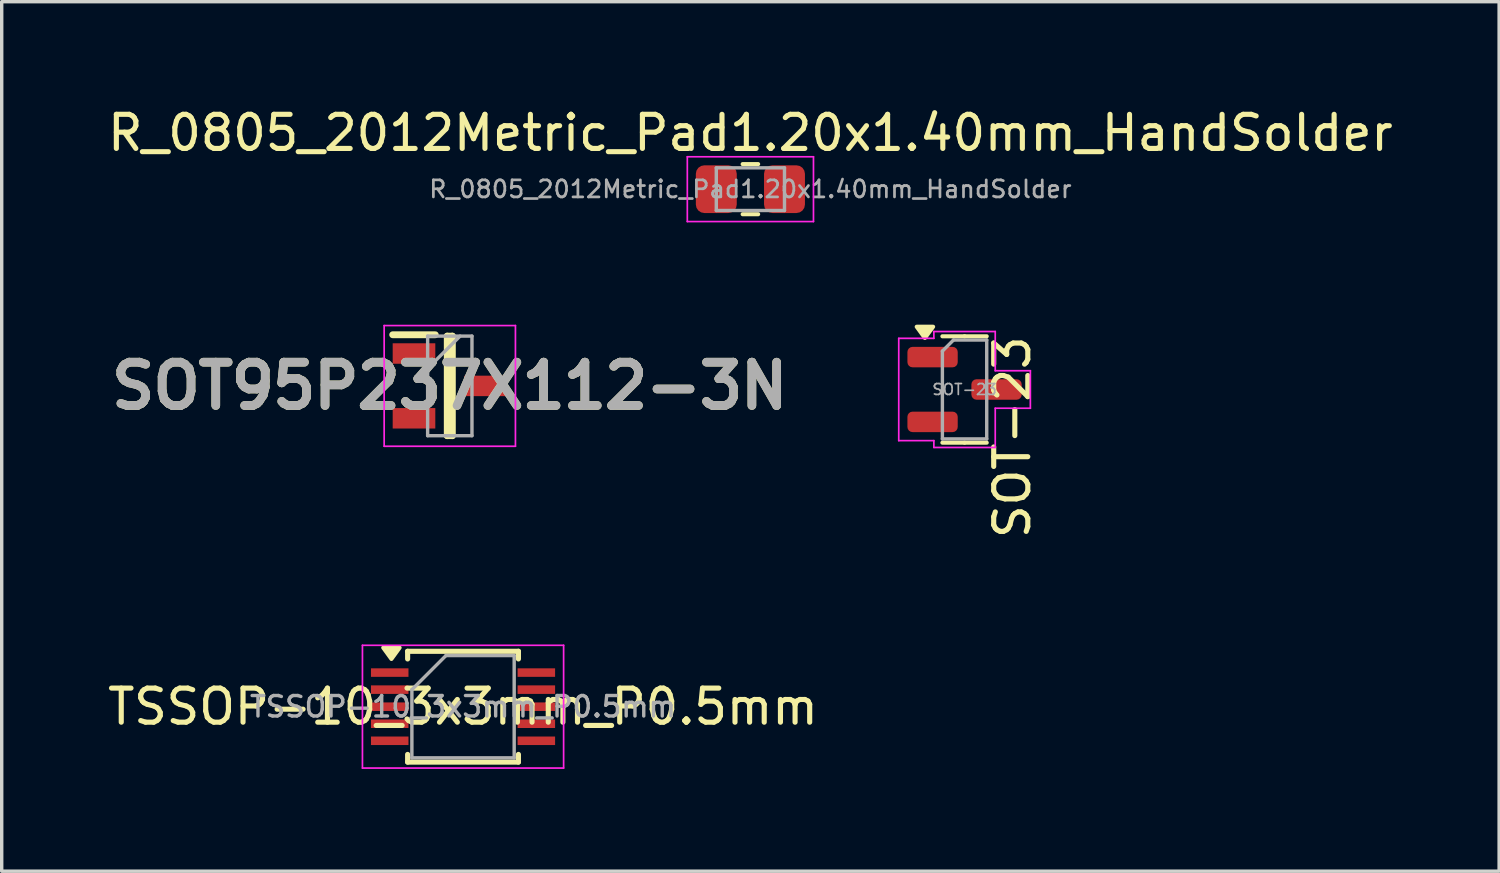
<source format=kicad_pcb>
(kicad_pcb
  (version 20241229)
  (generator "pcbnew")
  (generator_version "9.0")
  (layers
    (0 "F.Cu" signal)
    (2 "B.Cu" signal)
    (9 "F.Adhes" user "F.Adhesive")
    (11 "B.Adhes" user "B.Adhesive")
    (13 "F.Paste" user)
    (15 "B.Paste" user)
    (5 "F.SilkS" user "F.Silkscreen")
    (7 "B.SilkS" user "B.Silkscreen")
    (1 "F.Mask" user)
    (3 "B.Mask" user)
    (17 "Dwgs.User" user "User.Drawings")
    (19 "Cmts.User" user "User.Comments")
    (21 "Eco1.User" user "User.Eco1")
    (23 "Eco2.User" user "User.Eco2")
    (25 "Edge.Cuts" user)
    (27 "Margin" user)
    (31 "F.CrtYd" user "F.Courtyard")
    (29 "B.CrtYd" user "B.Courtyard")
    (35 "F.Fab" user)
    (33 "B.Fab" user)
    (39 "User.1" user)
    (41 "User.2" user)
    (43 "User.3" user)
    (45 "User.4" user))
  (footprint "R_0805_2012Metric_Pad1.20x1.40mm_HandSolder"
    (layer "F.Cu")
    (at 18.958 2.498)
    (property "Reference" "R_0805_2012Metric_Pad1.20x1.40mm_HandSolder" (at 0 -1.65 0) (layer "F.SilkS") (effects (font (size 1 1) (thickness 0.15))))
    (attr smd)
    (fp_line (start -0.227 -0.735) (end 0.227 -0.735) (stroke (width 0.12) (type solid)) (layer "F.SilkS"))
    (fp_line (start -0.227 0.735) (end 0.227 0.735) (stroke (width 0.12) (type solid)) (layer "F.SilkS"))
    (fp_line (start -1.85 -0.95) (end 1.85 -0.95) (stroke (width 0.05) (type solid)) (layer "F.CrtYd"))
    (fp_line (start -1.85 0.95) (end -1.85 -0.95) (stroke (width 0.05) (type solid)) (layer "F.CrtYd"))
    (fp_line (start 1.85 -0.95) (end 1.85 0.95) (stroke (width 0.05) (type solid)) (layer "F.CrtYd"))
    (fp_line (start 1.85 0.95) (end -1.85 0.95) (stroke (width 0.05) (type solid)) (layer "F.CrtYd"))
    (fp_line (start -1 -0.625) (end 1 -0.625) (stroke (width 0.1) (type solid)) (layer "F.Fab"))
    (fp_line (start -1 0.625) (end -1 -0.625) (stroke (width 0.1) (type solid)) (layer "F.Fab"))
    (fp_line (start 1 -0.625) (end 1 0.625) (stroke (width 0.1) (type solid)) (layer "F.Fab"))
    (fp_line (start 1 0.625) (end -1 0.625) (stroke (width 0.1) (type solid)) (layer "F.Fab"))
    (fp_text user "${REFERENCE}" (at 0 0 0) (layer "F.Fab") (effects (font (size 0.5 0.5) (thickness 0.08))))
    (pad "1" smd roundrect (at -1 0) (size 1.2 1.4) (layers "F.Cu" "F.Mask" "F.Paste") (roundrect_rratio 0.208))
    (pad "2" smd roundrect (at 1 0) (size 1.2 1.4) (layers "F.Cu" "F.Mask" "F.Paste") (roundrect_rratio 0.208)))
  (footprint "SOT95P237X112-3N"
    (layer "F.Cu")
    (at 10.142 8.268)
    (property "Reference" "SOT95P237X112-3N" (at 0 0 0) (layer "F.SilkS") (effects (font (size 1.27 1.27) (thickness 0.254))))
    (attr smd)
    (fp_line (start -1.675 -1.5) (end -0.425 -1.5) (stroke (width 0.2) (type solid)) (layer "F.SilkS"))
    (fp_line (start -0.075 -1.46) (end 0.075 -1.46) (stroke (width 0.2) (type solid)) (layer "F.SilkS"))
    (fp_line (start -0.075 1.46) (end -0.075 -1.46) (stroke (width 0.2) (type solid)) (layer "F.SilkS"))
    (fp_line (start 0.075 -1.46) (end 0.075 1.46) (stroke (width 0.2) (type solid)) (layer "F.SilkS"))
    (fp_line (start 0.075 1.46) (end -0.075 1.46) (stroke (width 0.2) (type solid)) (layer "F.SilkS"))
    (fp_line (start -1.925 -1.77) (end 1.925 -1.77) (stroke (width 0.05) (type solid)) (layer "F.CrtYd"))
    (fp_line (start -1.925 1.77) (end -1.925 -1.77) (stroke (width 0.05) (type solid)) (layer "F.CrtYd"))
    (fp_line (start 1.925 -1.77) (end 1.925 1.77) (stroke (width 0.05) (type solid)) (layer "F.CrtYd"))
    (fp_line (start 1.925 1.77) (end -1.925 1.77) (stroke (width 0.05) (type solid)) (layer "F.CrtYd"))
    (fp_line (start -0.65 -1.46) (end 0.65 -1.46) (stroke (width 0.1) (type solid)) (layer "F.Fab"))
    (fp_line (start -0.65 -0.51) (end 0.3 -1.46) (stroke (width 0.1) (type solid)) (layer "F.Fab"))
    (fp_line (start -0.65 1.46) (end -0.65 -1.46) (stroke (width 0.1) (type solid)) (layer "F.Fab"))
    (fp_line (start 0.65 -1.46) (end 0.65 1.46) (stroke (width 0.1) (type solid)) (layer "F.Fab"))
    (fp_line (start 0.65 1.46) (end -0.65 1.46) (stroke (width 0.1) (type solid)) (layer "F.Fab"))
    (fp_text user "${REFERENCE}" (at 0 0 0) (layer "F.Fab") (effects (font (size 1.27 1.27) (thickness 0.254))))
    (pad "1" smd rect (at -1.05 -0.95 90) (size 0.6 1.25) (layers "F.Cu" "F.Mask" "F.Paste"))
    (pad "2" smd rect (at -1.05 0.95 90) (size 0.6 1.25) (layers "F.Cu" "F.Mask" "F.Paste"))
    (pad "3" smd rect (at 1.05 0 90) (size 0.6 1.25) (layers "F.Cu" "F.Mask" "F.Paste")))
  (footprint "SOT-23"
    (layer "F.Cu")
    (at 25.239 8.373)
    (property "Reference" "SOT-23" (at 1.4 1.4 270) (layer "F.SilkS") (effects (font (size 1 1) (thickness 0.15))))
    (attr smd)
    (fp_line (start 0 -1.56) (end -0.65 -1.56) (stroke (width 0.12) (type solid)) (layer "F.SilkS"))
    (fp_line (start 0 -1.56) (end 0.65 -1.56) (stroke (width 0.12) (type solid)) (layer "F.SilkS"))
    (fp_line (start 0 1.56) (end -0.65 1.56) (stroke (width 0.12) (type solid)) (layer "F.SilkS"))
    (fp_line (start 0 1.56) (end 0.65 1.56) (stroke (width 0.12) (type solid)) (layer "F.SilkS"))
    (fp_poly (pts (xy -1.163 -1.51) (xy -1.403 -1.84) (xy -0.922 -1.84)) (stroke (width 0.12) (type solid)) (fill yes) (layer "F.SilkS"))
    (fp_line (start -1.93 -1.5) (end -0.9 -1.5) (stroke (width 0.05) (type solid)) (layer "F.CrtYd"))
    (fp_line (start -1.93 1.5) (end -1.93 -1.5) (stroke (width 0.05) (type solid)) (layer "F.CrtYd"))
    (fp_line (start -0.9 -1.7) (end 0.9 -1.7) (stroke (width 0.05) (type solid)) (layer "F.CrtYd"))
    (fp_line (start -0.9 -1.5) (end -0.9 -1.7) (stroke (width 0.05) (type solid)) (layer "F.CrtYd"))
    (fp_line (start -0.9 1.5) (end -1.93 1.5) (stroke (width 0.05) (type solid)) (layer "F.CrtYd"))
    (fp_line (start -0.9 1.7) (end -0.9 1.5) (stroke (width 0.05) (type solid)) (layer "F.CrtYd"))
    (fp_line (start 0.9 -1.7) (end 0.9 -0.55) (stroke (width 0.05) (type solid)) (layer "F.CrtYd"))
    (fp_line (start 0.9 -0.55) (end 1.93 -0.55) (stroke (width 0.05) (type solid)) (layer "F.CrtYd"))
    (fp_line (start 0.9 0.55) (end 0.9 1.7) (stroke (width 0.05) (type solid)) (layer "F.CrtYd"))
    (fp_line (start 0.9 1.7) (end -0.9 1.7) (stroke (width 0.05) (type solid)) (layer "F.CrtYd"))
    (fp_line (start 1.93 -0.55) (end 1.93 0.55) (stroke (width 0.05) (type solid)) (layer "F.CrtYd"))
    (fp_line (start 1.93 0.55) (end 0.9 0.55) (stroke (width 0.05) (type solid)) (layer "F.CrtYd"))
    (fp_line (start -0.65 -1.125) (end -0.325 -1.45) (stroke (width 0.1) (type solid)) (layer "F.Fab"))
    (fp_line (start -0.65 1.45) (end -0.65 -1.125) (stroke (width 0.1) (type solid)) (layer "F.Fab"))
    (fp_line (start -0.325 -1.45) (end 0.65 -1.45) (stroke (width 0.1) (type solid)) (layer "F.Fab"))
    (fp_line (start 0.65 -1.45) (end 0.65 1.45) (stroke (width 0.1) (type solid)) (layer "F.Fab"))
    (fp_line (start 0.65 1.45) (end -0.65 1.45) (stroke (width 0.1) (type solid)) (layer "F.Fab"))
    (fp_text user "${REFERENCE}" (at 0 0 180) (layer "F.Fab") (effects (font (size 0.32 0.32) (thickness 0.05))))
    (pad "1" smd roundrect (at -0.938 -0.95) (size 1.475 0.6) (layers "F.Cu" "F.Mask" "F.Paste") (roundrect_rratio 0.25))
    (pad "2" smd roundrect (at -0.938 0.95) (size 1.475 0.6) (layers "F.Cu" "F.Mask" "F.Paste") (roundrect_rratio 0.25))
    (pad "3" smd roundrect (at 0.938 0) (size 1.475 0.6) (layers "F.Cu" "F.Mask" "F.Paste") (roundrect_rratio 0.25)))
  (footprint "TSSOP-10_3x3mm_P0.5mm"
    (layer "F.Cu")
    (at 10.53 17.676)
    (property "Reference" "TSSOP-10_3x3mm_P0.5mm" (at 0 0 180) (layer "F.SilkS") (effects (font (size 1 1) (thickness 0.15))))
    (attr smd)
    (fp_line (start -1.625 -1.625) (end -1.625 -1.4) (stroke (width 0.15) (type solid)) (layer "F.SilkS"))
    (fp_line (start -1.625 -1.625) (end 1.625 -1.625) (stroke (width 0.15) (type solid)) (layer "F.SilkS"))
    (fp_line (start -1.625 1.625) (end -1.625 1.4) (stroke (width 0.15) (type solid)) (layer "F.SilkS"))
    (fp_line (start -1.625 1.625) (end 1.625 1.625) (stroke (width 0.15) (type solid)) (layer "F.SilkS"))
    (fp_line (start 1.625 -1.625) (end 1.625 -1.4) (stroke (width 0.15) (type solid)) (layer "F.SilkS"))
    (fp_line (start 1.625 1.625) (end 1.625 1.4) (stroke (width 0.15) (type solid)) (layer "F.SilkS"))
    (fp_poly (pts (xy -2.1 -1.4) (xy -2.34 -1.73) (xy -1.86 -1.73) (xy -2.1 -1.4)) (stroke (width 0.12) (type solid)) (fill yes) (layer "F.SilkS"))
    (fp_line (start -2.95 -1.8) (end -2.95 1.8) (stroke (width 0.05) (type solid)) (layer "F.CrtYd"))
    (fp_line (start -2.95 -1.8) (end 2.95 -1.8) (stroke (width 0.05) (type solid)) (layer "F.CrtYd"))
    (fp_line (start -2.95 1.8) (end 2.95 1.8) (stroke (width 0.05) (type solid)) (layer "F.CrtYd"))
    (fp_line (start 2.95 -1.8) (end 2.95 1.8) (stroke (width 0.05) (type solid)) (layer "F.CrtYd"))
    (fp_line (start -1.5 -0.5) (end -0.5 -1.5) (stroke (width 0.1) (type solid)) (layer "F.Fab"))
    (fp_line (start -1.5 1.5) (end -1.5 -0.5) (stroke (width 0.1) (type solid)) (layer "F.Fab"))
    (fp_line (start -0.5 -1.5) (end 1.5 -1.5) (stroke (width 0.1) (type solid)) (layer "F.Fab"))
    (fp_line (start 1.5 -1.5) (end 1.5 1.5) (stroke (width 0.1) (type solid)) (layer "F.Fab"))
    (fp_line (start 1.5 1.5) (end -1.5 1.5) (stroke (width 0.1) (type solid)) (layer "F.Fab"))
    (fp_text user "${REFERENCE}" (at 0 0 180) (layer "F.Fab") (effects (font (size 0.6 0.6) (thickness 0.1))))
    (pad "1" smd rect (at -2.15 -1) (size 1.1 0.25) (layers "F.Cu" "F.Mask" "F.Paste"))
    (pad "2" smd rect (at -2.15 -0.5) (size 1.1 0.25) (layers "F.Cu" "F.Mask" "F.Paste"))
    (pad "3" smd rect (at -2.15 0) (size 1.1 0.25) (layers "F.Cu" "F.Mask" "F.Paste"))
    (pad "4" smd rect (at -2.15 0.5) (size 1.1 0.25) (layers "F.Cu" "F.Mask" "F.Paste"))
    (pad "5" smd rect (at -2.15 1) (size 1.1 0.25) (layers "F.Cu" "F.Mask" "F.Paste"))
    (pad "6" smd rect (at 2.15 1) (size 1.1 0.25) (layers "F.Cu" "F.Mask" "F.Paste"))
    (pad "7" smd rect (at 2.15 0.5) (size 1.1 0.25) (layers "F.Cu" "F.Mask" "F.Paste"))
    (pad "8" smd rect (at 2.15 0) (size 1.1 0.25) (layers "F.Cu" "F.Mask" "F.Paste"))
    (pad "9" smd rect (at 2.15 -0.5) (size 1.1 0.25) (layers "F.Cu" "F.Mask" "F.Paste"))
    (pad "10" smd rect (at 2.15 -1) (size 1.1 0.25) (layers "F.Cu" "F.Mask" "F.Paste")))
  (gr_rect
    (start -3 -3)
    (end 40.917 22.501)
    (stroke (width 0.1) (type default))
    (fill no)
    (layer "Edge.Cuts")))
</source>
